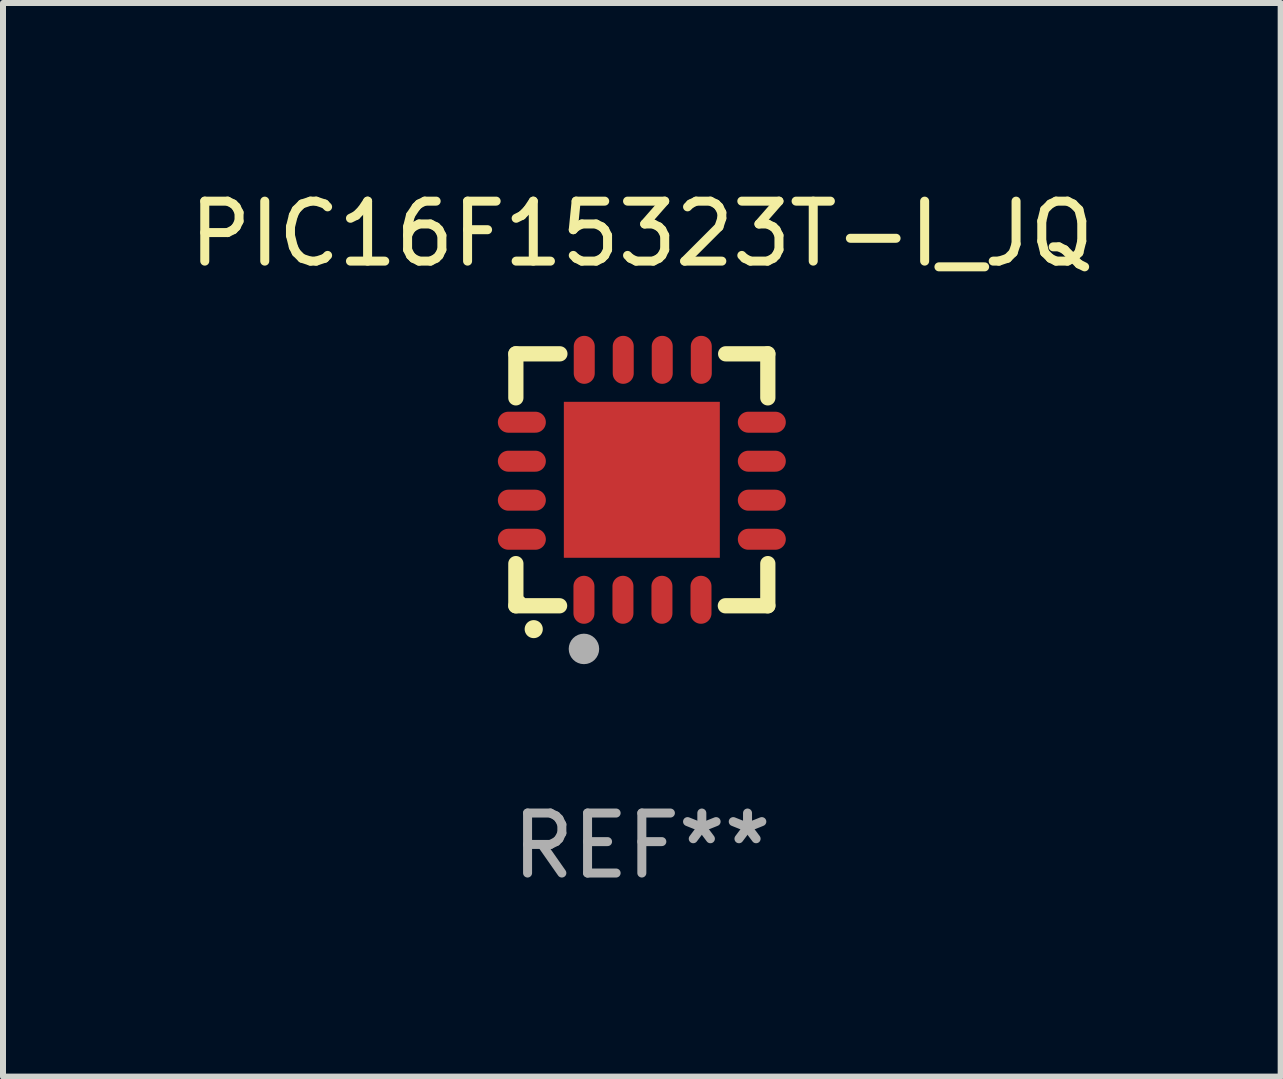
<source format=kicad_pcb>
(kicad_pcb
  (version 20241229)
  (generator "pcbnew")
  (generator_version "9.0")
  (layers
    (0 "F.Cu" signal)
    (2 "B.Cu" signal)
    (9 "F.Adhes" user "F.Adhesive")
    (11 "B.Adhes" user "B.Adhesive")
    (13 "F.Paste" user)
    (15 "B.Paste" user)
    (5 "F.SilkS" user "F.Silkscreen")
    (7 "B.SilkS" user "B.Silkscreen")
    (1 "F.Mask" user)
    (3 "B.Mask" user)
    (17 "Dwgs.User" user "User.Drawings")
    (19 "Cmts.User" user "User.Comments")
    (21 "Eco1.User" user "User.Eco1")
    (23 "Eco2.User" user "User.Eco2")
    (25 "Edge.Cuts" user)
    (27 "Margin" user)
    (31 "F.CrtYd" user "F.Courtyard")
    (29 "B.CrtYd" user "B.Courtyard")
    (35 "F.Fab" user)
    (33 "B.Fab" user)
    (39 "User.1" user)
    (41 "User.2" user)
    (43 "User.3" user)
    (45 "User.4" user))
  (footprint "PIC16F15323T-I_JQ"
    (layer "F.Cu")
    (at 7.649 4.948)
    (property "Reference" "PIC16F15323T-I_JQ" (at 0 -4.1 0) (layer "F.SilkS") (effects (font (size 1 1) (thickness 0.15))))
    (attr through_hole)
    (fp_line (start -2.1 -2.1) (end -1.366 -2.1) (stroke (width 0.254) (type solid)) (layer "F.SilkS"))
    (fp_line (start -2.1 -1.366) (end -2.1 -2.1) (stroke (width 0.254) (type solid)) (layer "F.SilkS"))
    (fp_line (start -2.1 2.1) (end -2.1 1.397) (stroke (width 0.254) (type solid)) (layer "F.SilkS"))
    (fp_line (start -2.1 2.1) (end -1.371 2.1) (stroke (width 0.254) (type solid)) (layer "F.SilkS"))
    (fp_line (start 1.392 2.1) (end 2.1 2.1) (stroke (width 0.254) (type solid)) (layer "F.SilkS"))
    (fp_line (start 1.397 -2.1) (end 2.1 -2.1) (stroke (width 0.254) (type solid)) (layer "F.SilkS"))
    (fp_line (start 2.1 -1.366) (end 2.1 -2.1) (stroke (width 0.254) (type solid)) (layer "F.SilkS"))
    (fp_line (start 2.1 2.1) (end 2.1 1.397) (stroke (width 0.254) (type solid)) (layer "F.SilkS"))
    (fp_arc (start -1.803404 2.489205) (mid -1.802134 2.4892) (end -1.800864 2.489205) (stroke (width 0.3) (type solid)) (layer "F.SilkS"))
    (fp_circle (center -2 2) (end -1.97 2) (stroke (width 0.06) (type solid)) (fill no) (layer "F.SilkS"))
    (fp_circle (center -0.965 2.819) (end -0.838 2.819) (stroke (width 0.254) (type solid)) (fill no) (layer "F.Fab"))
    (fp_text user "REF**" (at 0 6.1 0) (layer "F.Fab") (effects (font (size 1 1) (thickness 0.15))))
    (pad "1" smd oval (at -0.965 2) (size 0.35 0.8) (layers "F.Cu" "F.Mask" "F.Paste"))
    (pad "2" smd oval (at -0.315 2) (size 0.35 0.8) (layers "F.Cu" "F.Mask" "F.Paste"))
    (pad "3" smd oval (at 0.335 2) (size 0.35 0.8) (layers "F.Cu" "F.Mask" "F.Paste"))
    (pad "4" smd oval (at 0.986 2) (size 0.35 0.8) (layers "F.Cu" "F.Mask" "F.Paste"))
    (pad "5" smd oval (at 2 0.991 90) (size 0.35 0.8) (layers "F.Cu" "F.Mask" "F.Paste"))
    (pad "6" smd oval (at 2 0.34 90) (size 0.35 0.8) (layers "F.Cu" "F.Mask" "F.Paste"))
    (pad "7" smd oval (at 2 -0.31 90) (size 0.35 0.8) (layers "F.Cu" "F.Mask" "F.Paste"))
    (pad "8" smd oval (at 2 -0.96 90) (size 0.35 0.8) (layers "F.Cu" "F.Mask" "F.Paste"))
    (pad "9" smd oval (at 0.991 -2) (size 0.35 0.8) (layers "F.Cu" "F.Mask" "F.Paste"))
    (pad "10" smd oval (at 0.34 -2) (size 0.35 0.8) (layers "F.Cu" "F.Mask" "F.Paste"))
    (pad "11" smd oval (at -0.31 -2) (size 0.35 0.8) (layers "F.Cu" "F.Mask" "F.Paste"))
    (pad "12" smd oval (at -0.96 -2) (size 0.35 0.8) (layers "F.Cu" "F.Mask" "F.Paste"))
    (pad "13" smd oval (at -2 -0.96 90) (size 0.35 0.8) (layers "F.Cu" "F.Mask" "F.Paste"))
    (pad "14" smd oval (at -2 -0.31 90) (size 0.35 0.8) (layers "F.Cu" "F.Mask" "F.Paste"))
    (pad "15" smd oval (at -2 0.34 90) (size 0.35 0.8) (layers "F.Cu" "F.Mask" "F.Paste"))
    (pad "16" smd oval (at -2 0.991 90) (size 0.35 0.8) (layers "F.Cu" "F.Mask" "F.Paste"))
    (pad "17" smd rect (at 0 0 90) (size 2.6 2.6) (layers "F.Cu" "F.Mask" "F.Paste")))
  (gr_rect
    (start -3 -3)
    (end 18.298 14.896)
    (stroke (width 0.1) (type default))
    (fill no)
    (layer "Edge.Cuts")))
</source>
